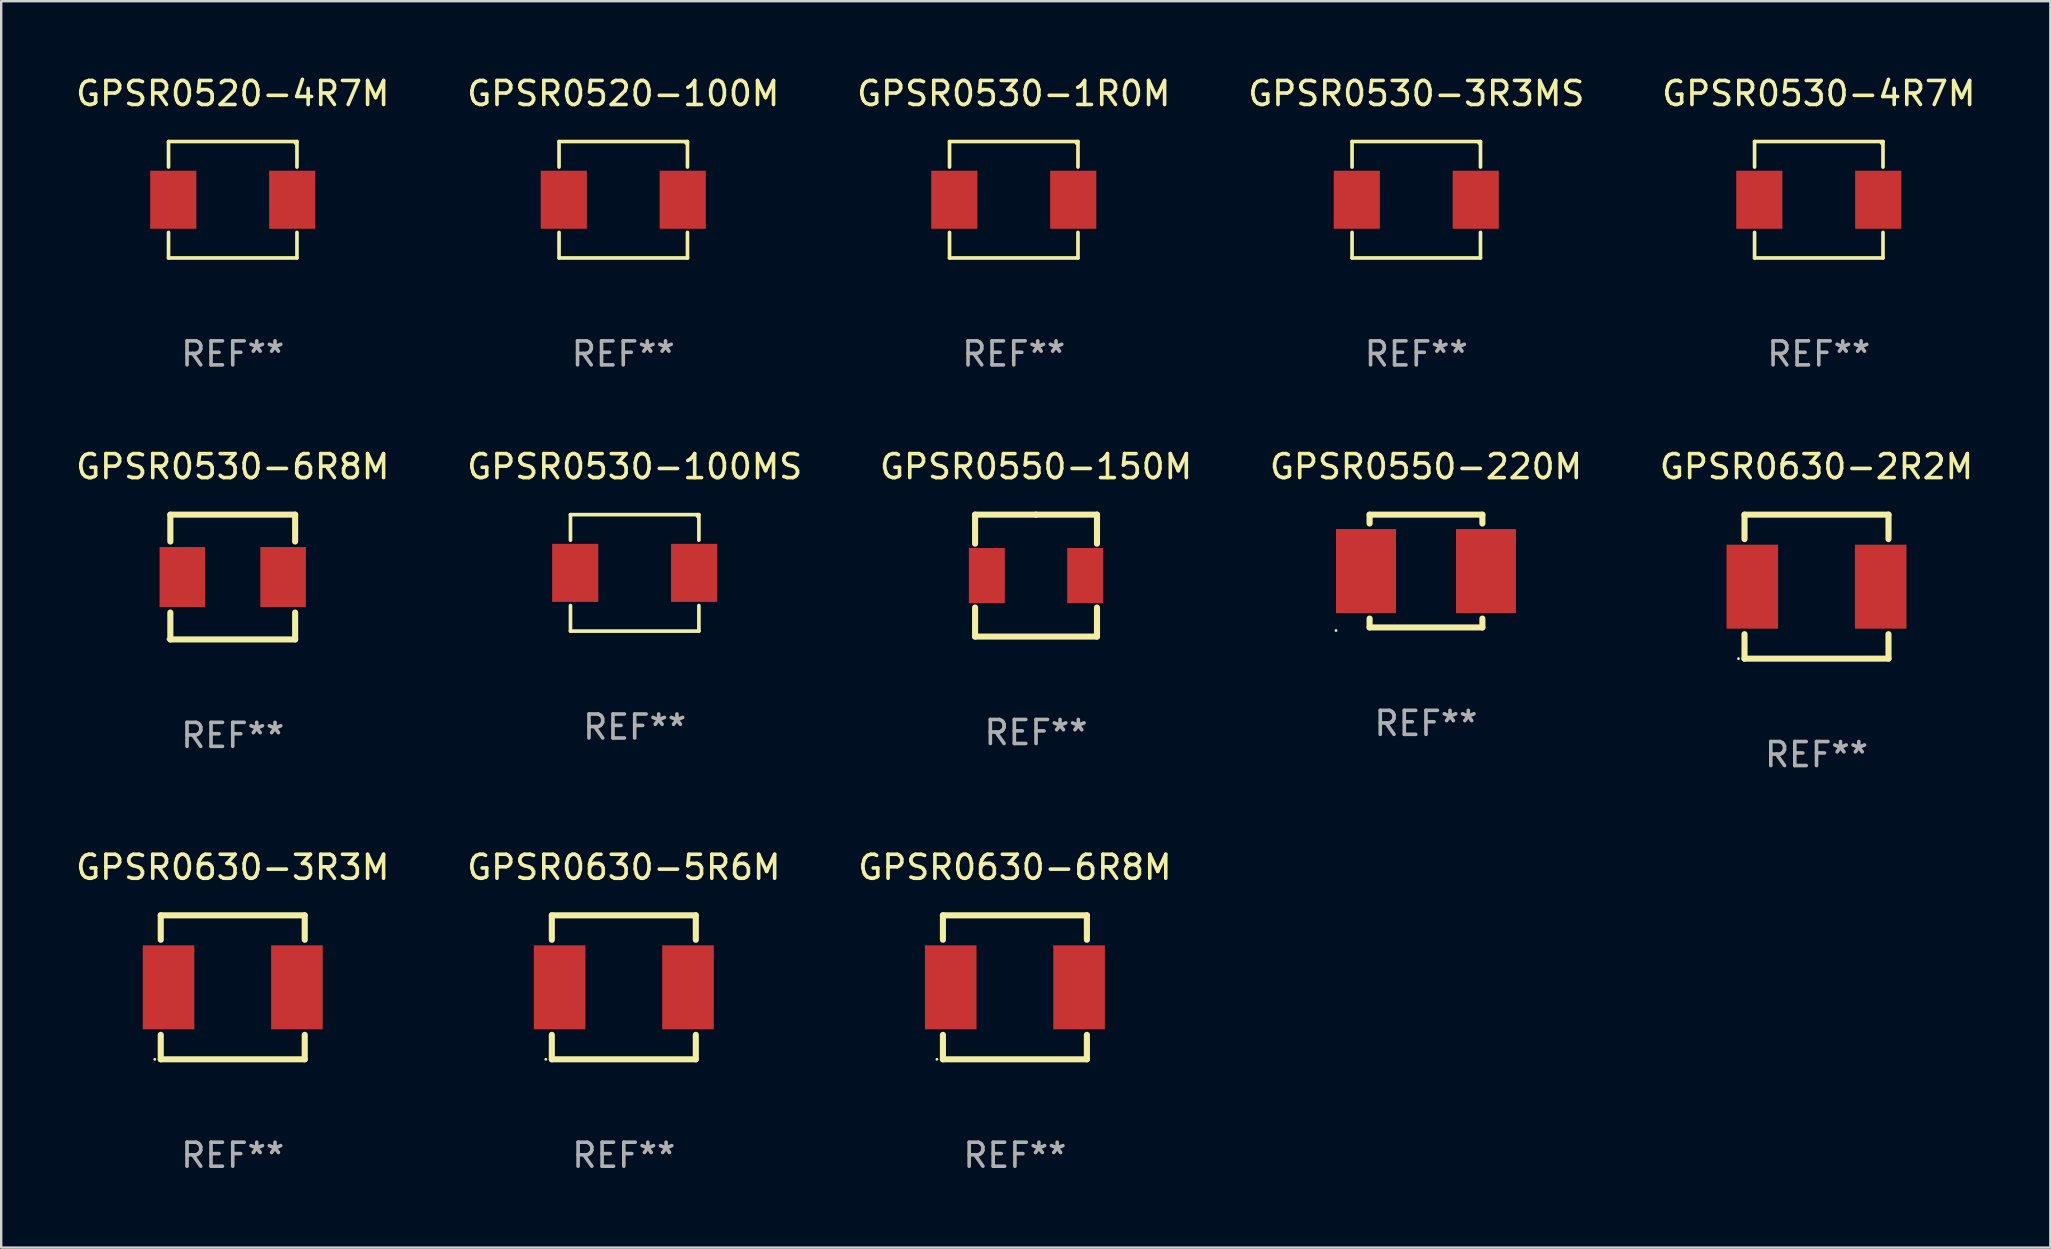
<source format=kicad_pcb>
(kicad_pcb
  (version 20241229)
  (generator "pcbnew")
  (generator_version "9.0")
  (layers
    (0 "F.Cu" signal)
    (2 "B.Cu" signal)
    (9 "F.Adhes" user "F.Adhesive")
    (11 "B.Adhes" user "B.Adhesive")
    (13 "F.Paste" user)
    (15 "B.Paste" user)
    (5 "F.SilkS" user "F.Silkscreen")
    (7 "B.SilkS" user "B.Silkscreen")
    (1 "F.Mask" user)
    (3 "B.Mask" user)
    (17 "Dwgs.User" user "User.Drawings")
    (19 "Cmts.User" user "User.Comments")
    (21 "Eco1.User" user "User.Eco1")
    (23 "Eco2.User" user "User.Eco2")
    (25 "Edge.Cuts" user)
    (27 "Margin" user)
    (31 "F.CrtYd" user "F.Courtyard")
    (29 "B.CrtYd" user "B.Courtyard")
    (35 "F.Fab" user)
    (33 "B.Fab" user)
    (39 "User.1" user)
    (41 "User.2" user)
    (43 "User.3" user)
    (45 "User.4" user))
  (footprint "GPSR0530-1R0M"
    (layer "F.Cu")
    (at 39.196 5.274)
    (property "Reference" "GPSR0530-1R0M" (at 0 -4.426 0) (layer "F.SilkS") (effects (font (size 1 1) (thickness 0.15))))
    (attr through_hole)
    (fp_line (start -2.676 -2.426) (end 2.676 -2.426) (stroke (width 0.152) (type solid)) (layer "F.SilkS"))
    (fp_line (start -2.676 -1.362) (end -2.676 -2.426) (stroke (width 0.152) (type solid)) (layer "F.SilkS"))
    (fp_line (start -2.676 1.362) (end -2.676 2.426) (stroke (width 0.152) (type solid)) (layer "F.SilkS"))
    (fp_line (start -2.676 2.426) (end 2.676 2.426) (stroke (width 0.152) (type solid)) (layer "F.SilkS"))
    (fp_line (start 2.676 -2.426) (end 2.676 -1.362) (stroke (width 0.152) (type solid)) (layer "F.SilkS"))
    (fp_line (start 2.676 2.426) (end 2.676 1.362) (stroke (width 0.152) (type solid)) (layer "F.SilkS"))
    (fp_circle (center 2.6 -2.35) (end 2.63 -2.35) (stroke (width 0.06) (type solid)) (fill no) (layer "F.SilkS"))
    (fp_text user "REF**" (at 0 6.426 0) (layer "F.Fab") (effects (font (size 1 1) (thickness 0.15))))
    (pad "1" smd rect (at 2.478 0) (size 1.924 2.42) (layers "F.Cu" "F.Mask" "F.Paste"))
    (pad "2" smd rect (at -2.478 0) (size 1.924 2.42) (layers "F.Cu" "F.Mask" "F.Paste")))
  (footprint "GPSR0530-100MS"
    (layer "F.Cu")
    (at 23.399 20.823)
    (property "Reference" "GPSR0530-100MS" (at 0 -4.426 0) (layer "F.SilkS") (effects (font (size 1 1) (thickness 0.15))))
    (attr through_hole)
    (fp_line (start -2.676 -2.426) (end 2.676 -2.426) (stroke (width 0.152) (type solid)) (layer "F.SilkS"))
    (fp_line (start -2.676 -1.362) (end -2.676 -2.426) (stroke (width 0.152) (type solid)) (layer "F.SilkS"))
    (fp_line (start -2.676 1.362) (end -2.676 2.426) (stroke (width 0.152) (type solid)) (layer "F.SilkS"))
    (fp_line (start -2.676 2.426) (end 2.676 2.426) (stroke (width 0.152) (type solid)) (layer "F.SilkS"))
    (fp_line (start 2.676 -2.426) (end 2.676 -1.362) (stroke (width 0.152) (type solid)) (layer "F.SilkS"))
    (fp_line (start 2.676 2.426) (end 2.676 1.362) (stroke (width 0.152) (type solid)) (layer "F.SilkS"))
    (fp_circle (center 2.6 -2.35) (end 2.63 -2.35) (stroke (width 0.06) (type solid)) (fill no) (layer "F.SilkS"))
    (fp_text user "REF**" (at 0 6.426 0) (layer "F.Fab") (effects (font (size 1 1) (thickness 0.15))))
    (pad "1" smd rect (at 2.478 0) (size 1.924 2.42) (layers "F.Cu" "F.Mask" "F.Paste"))
    (pad "2" smd rect (at -2.478 0) (size 1.924 2.42) (layers "F.Cu" "F.Mask" "F.Paste")))
  (footprint "GPSR0630-5R6M"
    (layer "F.Cu")
    (at 22.946 38.094)
    (property "Reference" "GPSR0630-5R6M" (at 0 -5 0) (layer "F.SilkS") (effects (font (size 1 1) (thickness 0.15))))
    (attr through_hole)
    (fp_line (start -3 -3) (end 3 -3) (stroke (width 0.254) (type solid)) (layer "F.SilkS"))
    (fp_line (start -3 -1.981) (end -3 -3) (stroke (width 0.254) (type solid)) (layer "F.SilkS"))
    (fp_line (start -3 3) (end -3 1.981) (stroke (width 0.254) (type solid)) (layer "F.SilkS"))
    (fp_line (start 3 -3) (end 3 -1.981) (stroke (width 0.254) (type solid)) (layer "F.SilkS"))
    (fp_line (start 3 1.981) (end 3 3) (stroke (width 0.254) (type solid)) (layer "F.SilkS"))
    (fp_line (start 3 3) (end -3 3) (stroke (width 0.254) (type solid)) (layer "F.SilkS"))
    (fp_circle (center -3.25 3) (end -3.22 3) (stroke (width 0.06) (type solid)) (fill no) (layer "F.SilkS"))
    (fp_text user "REF**" (at 0 7 0) (layer "F.Fab") (effects (font (size 1 1) (thickness 0.15))))
    (pad "1" smd rect (at -2.675 0) (size 2.15 3.5) (layers "F.Cu" "F.Mask" "F.Paste"))
    (pad "2" smd rect (at 2.675 0) (size 2.15 3.5) (layers "F.Cu" "F.Mask" "F.Paste")))
  (footprint "GPSR0630-2R2M"
    (layer "F.Cu")
    (at 72.649 21.397)
    (property "Reference" "GPSR0630-2R2M" (at 0 -5 0) (layer "F.SilkS") (effects (font (size 1 1) (thickness 0.15))))
    (attr through_hole)
    (fp_line (start -3 -3) (end 3 -3) (stroke (width 0.254) (type solid)) (layer "F.SilkS"))
    (fp_line (start -3 -1.981) (end -3 -3) (stroke (width 0.254) (type solid)) (layer "F.SilkS"))
    (fp_line (start -3 3) (end -3 1.981) (stroke (width 0.254) (type solid)) (layer "F.SilkS"))
    (fp_line (start 3 -3) (end 3 -1.981) (stroke (width 0.254) (type solid)) (layer "F.SilkS"))
    (fp_line (start 3 1.981) (end 3 3) (stroke (width 0.254) (type solid)) (layer "F.SilkS"))
    (fp_line (start 3 3) (end -3 3) (stroke (width 0.254) (type solid)) (layer "F.SilkS"))
    (fp_circle (center -3.25 3) (end -3.22 3) (stroke (width 0.06) (type solid)) (fill no) (layer "F.SilkS"))
    (fp_text user "REF**" (at 0 7 0) (layer "F.Fab") (effects (font (size 1 1) (thickness 0.15))))
    (pad "1" smd rect (at -2.675 0) (size 2.15 3.5) (layers "F.Cu" "F.Mask" "F.Paste"))
    (pad "2" smd rect (at 2.675 0) (size 2.15 3.5) (layers "F.Cu" "F.Mask" "F.Paste")))
  (footprint "GPSR0520-4R7M"
    (layer "F.Cu")
    (at 6.649 5.274)
    (property "Reference" "GPSR0520-4R7M" (at 0 -4.426 0) (layer "F.SilkS") (effects (font (size 1 1) (thickness 0.15))))
    (attr through_hole)
    (fp_line (start -2.676 -2.426) (end 2.676 -2.426) (stroke (width 0.152) (type solid)) (layer "F.SilkS"))
    (fp_line (start -2.676 -1.362) (end -2.676 -2.426) (stroke (width 0.152) (type solid)) (layer "F.SilkS"))
    (fp_line (start -2.676 1.362) (end -2.676 2.426) (stroke (width 0.152) (type solid)) (layer "F.SilkS"))
    (fp_line (start -2.676 2.426) (end 2.676 2.426) (stroke (width 0.152) (type solid)) (layer "F.SilkS"))
    (fp_line (start 2.676 -2.426) (end 2.676 -1.362) (stroke (width 0.152) (type solid)) (layer "F.SilkS"))
    (fp_line (start 2.676 2.426) (end 2.676 1.362) (stroke (width 0.152) (type solid)) (layer "F.SilkS"))
    (fp_circle (center 2.6 -2.35) (end 2.63 -2.35) (stroke (width 0.06) (type solid)) (fill no) (layer "F.SilkS"))
    (fp_text user "REF**" (at 0 6.426 0) (layer "F.Fab") (effects (font (size 1 1) (thickness 0.15))))
    (pad "1" smd rect (at 2.478 0) (size 1.924 2.42) (layers "F.Cu" "F.Mask" "F.Paste"))
    (pad "2" smd rect (at -2.478 0) (size 1.924 2.42) (layers "F.Cu" "F.Mask" "F.Paste")))
  (footprint "GPSR0630-3R3M"
    (layer "F.Cu")
    (at 6.649 38.094)
    (property "Reference" "GPSR0630-3R3M" (at 0 -5 0) (layer "F.SilkS") (effects (font (size 1 1) (thickness 0.15))))
    (attr through_hole)
    (fp_line (start -3 -3) (end 3 -3) (stroke (width 0.254) (type solid)) (layer "F.SilkS"))
    (fp_line (start -3 -1.981) (end -3 -3) (stroke (width 0.254) (type solid)) (layer "F.SilkS"))
    (fp_line (start -3 3) (end -3 1.981) (stroke (width 0.254) (type solid)) (layer "F.SilkS"))
    (fp_line (start 3 -3) (end 3 -1.981) (stroke (width 0.254) (type solid)) (layer "F.SilkS"))
    (fp_line (start 3 1.981) (end 3 3) (stroke (width 0.254) (type solid)) (layer "F.SilkS"))
    (fp_line (start 3 3) (end -3 3) (stroke (width 0.254) (type solid)) (layer "F.SilkS"))
    (fp_circle (center -3.25 3) (end -3.22 3) (stroke (width 0.06) (type solid)) (fill no) (layer "F.SilkS"))
    (fp_text user "REF**" (at 0 7 0) (layer "F.Fab") (effects (font (size 1 1) (thickness 0.15))))
    (pad "1" smd rect (at -2.675 0) (size 2.15 3.5) (layers "F.Cu" "F.Mask" "F.Paste"))
    (pad "2" smd rect (at 2.675 0) (size 2.15 3.5) (layers "F.Cu" "F.Mask" "F.Paste")))
  (footprint "GPSR0550-220M"
    (layer "F.Cu")
    (at 56.375 20.747)
    (property "Reference" "GPSR0550-220M" (at 0 -4.35 0) (layer "F.SilkS") (effects (font (size 1 1) (thickness 0.15))))
    (attr through_hole)
    (fp_line (start -2.35 -2.35) (end 2.35 -2.35) (stroke (width 0.254) (type solid)) (layer "F.SilkS"))
    (fp_line (start -2.35 -1.981) (end -2.35 -2.35) (stroke (width 0.254) (type solid)) (layer "F.SilkS"))
    (fp_line (start -2.35 2.35) (end -2.35 1.981) (stroke (width 0.254) (type solid)) (layer "F.SilkS"))
    (fp_line (start 2.35 -2.35) (end 2.35 -1.981) (stroke (width 0.254) (type solid)) (layer "F.SilkS"))
    (fp_line (start 2.35 1.981) (end 2.35 2.35) (stroke (width 0.254) (type solid)) (layer "F.SilkS"))
    (fp_line (start 2.35 2.35) (end -2.35 2.35) (stroke (width 0.254) (type solid)) (layer "F.SilkS"))
    (fp_circle (center -3.75 2.477) (end -3.72 2.477) (stroke (width 0.06) (type solid)) (fill no) (layer "F.SilkS"))
    (fp_text user "REF**" (at 0 6.35 0) (layer "F.Fab") (effects (font (size 1 1) (thickness 0.15))))
    (pad "1" smd rect (at -2.5 0) (size 2.5 3.5) (layers "F.Cu" "F.Mask" "F.Paste"))
    (pad "2" smd rect (at 2.5 0) (size 2.5 3.5) (layers "F.Cu" "F.Mask" "F.Paste")))
  (footprint "GPSR0520-100M"
    (layer "F.Cu")
    (at 22.923 5.274)
    (property "Reference" "GPSR0520-100M" (at 0 -4.426 0) (layer "F.SilkS") (effects (font (size 1 1) (thickness 0.15))))
    (attr through_hole)
    (fp_line (start -2.676 -2.426) (end 2.676 -2.426) (stroke (width 0.152) (type solid)) (layer "F.SilkS"))
    (fp_line (start -2.676 -1.362) (end -2.676 -2.426) (stroke (width 0.152) (type solid)) (layer "F.SilkS"))
    (fp_line (start -2.676 1.362) (end -2.676 2.426) (stroke (width 0.152) (type solid)) (layer "F.SilkS"))
    (fp_line (start -2.676 2.426) (end 2.676 2.426) (stroke (width 0.152) (type solid)) (layer "F.SilkS"))
    (fp_line (start 2.676 -2.426) (end 2.676 -1.362) (stroke (width 0.152) (type solid)) (layer "F.SilkS"))
    (fp_line (start 2.676 2.426) (end 2.676 1.362) (stroke (width 0.152) (type solid)) (layer "F.SilkS"))
    (fp_circle (center 2.6 -2.35) (end 2.63 -2.35) (stroke (width 0.06) (type solid)) (fill no) (layer "F.SilkS"))
    (fp_text user "REF**" (at 0 6.426 0) (layer "F.Fab") (effects (font (size 1 1) (thickness 0.15))))
    (pad "1" smd rect (at 2.478 0) (size 1.924 2.42) (layers "F.Cu" "F.Mask" "F.Paste"))
    (pad "2" smd rect (at -2.478 0) (size 1.924 2.42) (layers "F.Cu" "F.Mask" "F.Paste")))
  (footprint "GPSR0530-3R3MS"
    (layer "F.Cu")
    (at 55.97 5.274)
    (property "Reference" "GPSR0530-3R3MS" (at 0 -4.426 0) (layer "F.SilkS") (effects (font (size 1 1) (thickness 0.15))))
    (attr through_hole)
    (fp_line (start -2.676 -2.426) (end 2.676 -2.426) (stroke (width 0.152) (type solid)) (layer "F.SilkS"))
    (fp_line (start -2.676 -1.362) (end -2.676 -2.426) (stroke (width 0.152) (type solid)) (layer "F.SilkS"))
    (fp_line (start -2.676 1.362) (end -2.676 2.426) (stroke (width 0.152) (type solid)) (layer "F.SilkS"))
    (fp_line (start -2.676 2.426) (end 2.676 2.426) (stroke (width 0.152) (type solid)) (layer "F.SilkS"))
    (fp_line (start 2.676 -2.426) (end 2.676 -1.362) (stroke (width 0.152) (type solid)) (layer "F.SilkS"))
    (fp_line (start 2.676 2.426) (end 2.676 1.362) (stroke (width 0.152) (type solid)) (layer "F.SilkS"))
    (fp_circle (center 2.6 -2.35) (end 2.63 -2.35) (stroke (width 0.06) (type solid)) (fill no) (layer "F.SilkS"))
    (fp_text user "REF**" (at 0 6.426 0) (layer "F.Fab") (effects (font (size 1 1) (thickness 0.15))))
    (pad "1" smd rect (at 2.478 0) (size 1.924 2.42) (layers "F.Cu" "F.Mask" "F.Paste"))
    (pad "2" smd rect (at -2.478 0) (size 1.924 2.42) (layers "F.Cu" "F.Mask" "F.Paste")))
  (footprint "GPSR0630-6R8M"
    (layer "F.Cu")
    (at 39.244 38.094)
    (property "Reference" "GPSR0630-6R8M" (at 0 -5 0) (layer "F.SilkS") (effects (font (size 1 1) (thickness 0.15))))
    (attr through_hole)
    (fp_line (start -3 -3) (end 3 -3) (stroke (width 0.254) (type solid)) (layer "F.SilkS"))
    (fp_line (start -3 -1.981) (end -3 -3) (stroke (width 0.254) (type solid)) (layer "F.SilkS"))
    (fp_line (start -3 3) (end -3 1.981) (stroke (width 0.254) (type solid)) (layer "F.SilkS"))
    (fp_line (start 3 -3) (end 3 -1.981) (stroke (width 0.254) (type solid)) (layer "F.SilkS"))
    (fp_line (start 3 1.981) (end 3 3) (stroke (width 0.254) (type solid)) (layer "F.SilkS"))
    (fp_line (start 3 3) (end -3 3) (stroke (width 0.254) (type solid)) (layer "F.SilkS"))
    (fp_circle (center -3.25 3) (end -3.22 3) (stroke (width 0.06) (type solid)) (fill no) (layer "F.SilkS"))
    (fp_text user "REF**" (at 0 7 0) (layer "F.Fab") (effects (font (size 1 1) (thickness 0.15))))
    (pad "1" smd rect (at -2.675 0) (size 2.15 3.5) (layers "F.Cu" "F.Mask" "F.Paste"))
    (pad "2" smd rect (at 2.675 0) (size 2.15 3.5) (layers "F.Cu" "F.Mask" "F.Paste")))
  (footprint "GPSR0550-150M"
    (layer "F.Cu")
    (at 40.125 20.937)
    (property "Reference" "GPSR0550-150M" (at 0 -4.54 0) (layer "F.SilkS") (effects (font (size 1 1) (thickness 0.15))))
    (attr through_hole)
    (fp_line (start -2.54 -2.54) (end 0 -2.54) (stroke (width 0.254) (type solid)) (layer "F.SilkS"))
    (fp_line (start -2.54 -1.331) (end -2.54 -2.54) (stroke (width 0.254) (type solid)) (layer "F.SilkS"))
    (fp_line (start -2.54 2.54) (end -2.54 1.331) (stroke (width 0.254) (type solid)) (layer "F.SilkS"))
    (fp_line (start 0 -2.54) (end 2.54 -2.54) (stroke (width 0.254) (type solid)) (layer "F.SilkS"))
    (fp_line (start 2.54 -2.54) (end 2.54 -1.331) (stroke (width 0.254) (type solid)) (layer "F.SilkS"))
    (fp_line (start 2.54 1.331) (end 2.54 2.54) (stroke (width 0.254) (type solid)) (layer "F.SilkS"))
    (fp_line (start 2.54 2.54) (end -2.54 2.54) (stroke (width 0.254) (type solid)) (layer "F.SilkS"))
    (fp_circle (center -2.5 2.5) (end -2.47 2.5) (stroke (width 0.06) (type solid)) (fill no) (layer "F.SilkS"))
    (fp_text user "REF**" (at 0 6.54 0) (layer "F.Fab") (effects (font (size 1 1) (thickness 0.15))))
    (pad "1" smd rect (at -2.05 0) (size 1.5 2.3) (layers "F.Cu" "F.Mask" "F.Paste"))
    (pad "2" smd rect (at 2.05 0) (size 1.5 2.3) (layers "F.Cu" "F.Mask" "F.Paste")))
  (footprint "GPSR0530-4R7M"
    (layer "F.Cu")
    (at 72.744 5.274)
    (property "Reference" "GPSR0530-4R7M" (at 0 -4.426 0) (layer "F.SilkS") (effects (font (size 1 1) (thickness 0.15))))
    (attr through_hole)
    (fp_line (start -2.676 -2.426) (end 2.676 -2.426) (stroke (width 0.152) (type solid)) (layer "F.SilkS"))
    (fp_line (start -2.676 -1.362) (end -2.676 -2.426) (stroke (width 0.152) (type solid)) (layer "F.SilkS"))
    (fp_line (start -2.676 1.362) (end -2.676 2.426) (stroke (width 0.152) (type solid)) (layer "F.SilkS"))
    (fp_line (start -2.676 2.426) (end 2.676 2.426) (stroke (width 0.152) (type solid)) (layer "F.SilkS"))
    (fp_line (start 2.676 -2.426) (end 2.676 -1.362) (stroke (width 0.152) (type solid)) (layer "F.SilkS"))
    (fp_line (start 2.676 2.426) (end 2.676 1.362) (stroke (width 0.152) (type solid)) (layer "F.SilkS"))
    (fp_circle (center 2.6 -2.35) (end 2.63 -2.35) (stroke (width 0.06) (type solid)) (fill no) (layer "F.SilkS"))
    (fp_text user "REF**" (at 0 6.426 0) (layer "F.Fab") (effects (font (size 1 1) (thickness 0.15))))
    (pad "1" smd rect (at 2.478 0) (size 1.924 2.42) (layers "F.Cu" "F.Mask" "F.Paste"))
    (pad "2" smd rect (at -2.478 0) (size 1.924 2.42) (layers "F.Cu" "F.Mask" "F.Paste")))
  (footprint "GPSR0530-6R8M"
    (layer "F.Cu")
    (at 6.649 20.997)
    (property "Reference" "GPSR0530-6R8M" (at 0 -4.6 0) (layer "F.SilkS") (effects (font (size 1 1) (thickness 0.15))))
    (attr through_hole)
    (fp_line (start -2.6 -2.6) (end 2.6 -2.6) (stroke (width 0.254) (type solid)) (layer "F.SilkS"))
    (fp_line (start -2.6 -1.481) (end -2.6 -2.6) (stroke (width 0.254) (type solid)) (layer "F.SilkS"))
    (fp_line (start -2.6 2.6) (end -2.6 1.481) (stroke (width 0.254) (type solid)) (layer "F.SilkS"))
    (fp_line (start 2.6 -2.6) (end 2.6 -1.481) (stroke (width 0.254) (type solid)) (layer "F.SilkS"))
    (fp_line (start 2.6 1.481) (end 2.6 2.6) (stroke (width 0.254) (type solid)) (layer "F.SilkS"))
    (fp_line (start 2.6 2.6) (end -2.6 2.6) (stroke (width 0.254) (type solid)) (layer "F.SilkS"))
    (fp_circle (center -2.7 2.59) (end -2.67 2.59) (stroke (width 0.06) (type solid)) (fill no) (layer "F.SilkS"))
    (fp_text user "REF**" (at 0 6.6 0) (layer "F.Fab") (effects (font (size 1 1) (thickness 0.15))))
    (pad "1" smd rect (at -2.1 0) (size 1.9 2.5) (layers "F.Cu" "F.Mask" "F.Paste"))
    (pad "2" smd rect (at 2.1 0) (size 1.9 2.5) (layers "F.Cu" "F.Mask" "F.Paste")))
  (gr_rect
    (start -3 -3)
    (end 82.393 48.942)
    (stroke (width 0.1) (type default))
    (fill no)
    (layer "Edge.Cuts")))
</source>
